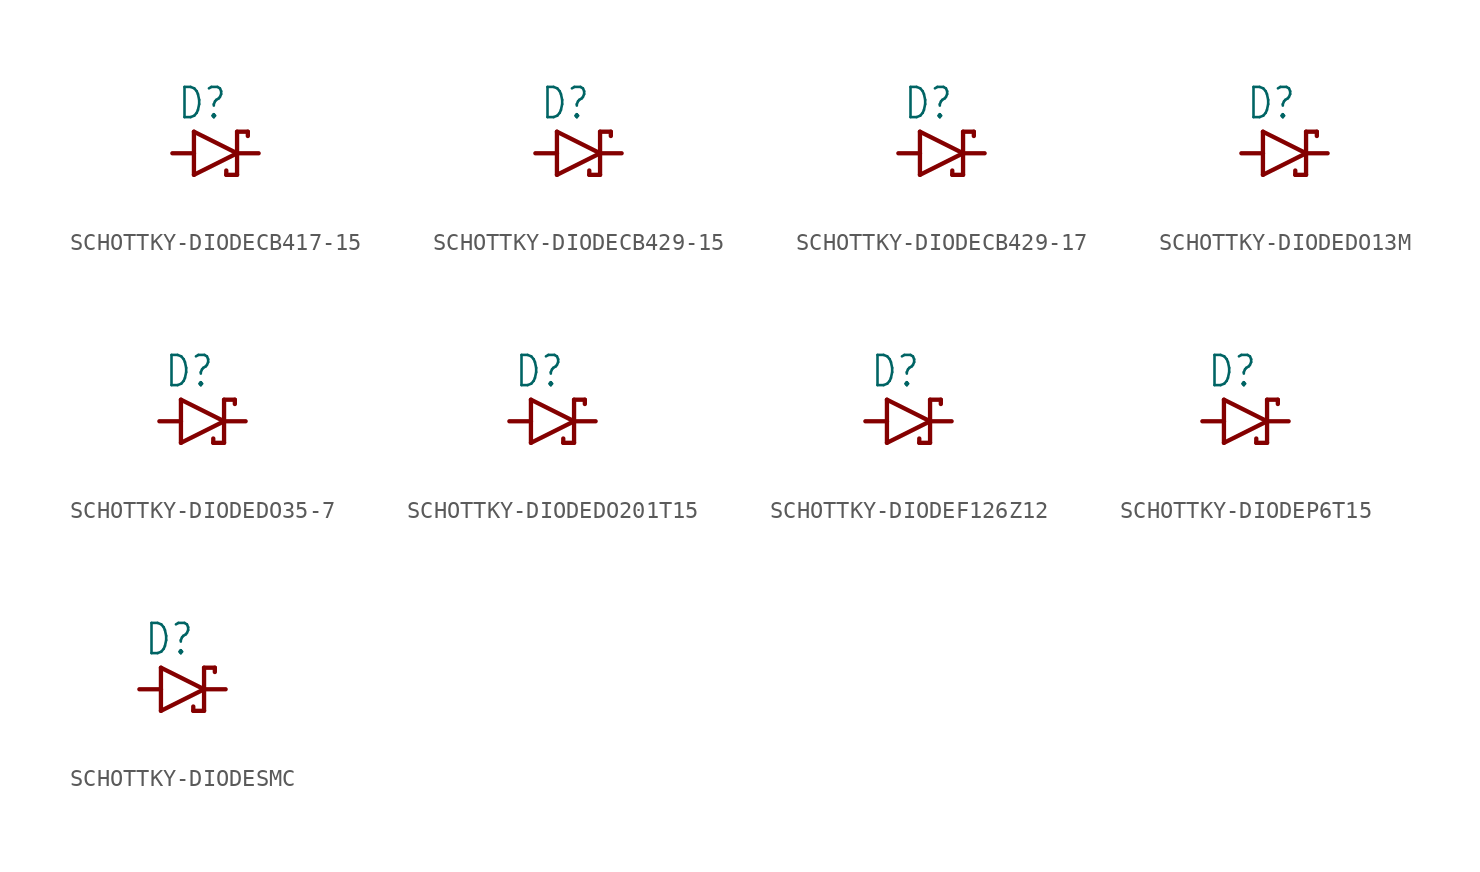
<source format=kicad_sym>
(kicad_symbol_lib
  (version 20241209)
  (generator "kicad_symbol_editor")
  (generator_version "9.0")
  (symbol "SCHOTTKY-DIODECB417-15"
    (property "Reference" "D"
      (at -2.286 1.905 0)
      (effects (font (size 1.778 1.511)) (justify left bottom)))
    (property "Value" ""
      (at -2.286 -3.429 0)
      (effects (font (size 1.778 1.511)) (justify left bottom)))
    (property "ki_locked" ""
      (at 0 0 0)
      (effects (font (size 1.27 1.27))))
    (symbol "SCHOTTKY-DIODECB417-15_1_0"
      (polyline (pts (xy -1.27 1.27) (xy -1.27 0)) (stroke (width 0.254) (type solid)) (fill (type none)))
      (polyline (pts (xy -1.27 0) (xy -2.54 0)) (stroke (width 0.254) (type solid)) (fill (type none)))
      (polyline (pts (xy -1.27 0) (xy -1.27 -1.27)) (stroke (width 0.254) (type solid)) (fill (type none)))
      (polyline (pts (xy -1.27 -1.27) (xy 1.27 0)) (stroke (width 0.254) (type solid)) (fill (type none)))
      (polyline (pts (xy 0.635 -1.016) (xy 0.635 -1.27)) (stroke (width 0.254) (type solid)) (fill (type none)))
      (polyline (pts (xy 1.27 1.27) (xy 1.27 0)) (stroke (width 0.254) (type solid)) (fill (type none)))
      (polyline (pts (xy 1.27 0) (xy -1.27 1.27)) (stroke (width 0.254) (type solid)) (fill (type none)))
      (polyline (pts (xy 1.27 0) (xy 1.27 -1.27)) (stroke (width 0.254) (type solid)) (fill (type none)))
      (polyline (pts (xy 1.27 0) (xy 2.54 0)) (stroke (width 0.254) (type solid)) (fill (type none)))
      (polyline (pts (xy 1.27 -1.27) (xy 0.635 -1.27)) (stroke (width 0.254) (type solid)) (fill (type none)))
      (polyline (pts (xy 1.905 1.27) (xy 1.27 1.27)) (stroke (width 0.254) (type solid)) (fill (type none)))
      (polyline (pts (xy 1.905 1.27) (xy 1.905 1.016)) (stroke (width 0.254) (type solid)) (fill (type none)))
      (pin passive line (at -2.54 0 0) (length 0) (name "A" (effects (font (size 0 0)))) (number "A" (effects (font (size 0 0)))))
      (pin passive line (at 2.54 0 180) (length 0) (name "C" (effects (font (size 0 0)))) (number "C" (effects (font (size 0 0)))))))
  (symbol "SCHOTTKY-DIODECB429-15"
    (property "Reference" "D"
      (at -2.286 1.905 0)
      (effects (font (size 1.778 1.511)) (justify left bottom)))
    (property "Value" ""
      (at -2.286 -3.429 0)
      (effects (font (size 1.778 1.511)) (justify left bottom)))
    (property "ki_locked" ""
      (at 0 0 0)
      (effects (font (size 1.27 1.27))))
    (symbol "SCHOTTKY-DIODECB429-15_1_0"
      (polyline (pts (xy -1.27 1.27) (xy -1.27 0)) (stroke (width 0.254) (type solid)) (fill (type none)))
      (polyline (pts (xy -1.27 0) (xy -2.54 0)) (stroke (width 0.254) (type solid)) (fill (type none)))
      (polyline (pts (xy -1.27 0) (xy -1.27 -1.27)) (stroke (width 0.254) (type solid)) (fill (type none)))
      (polyline (pts (xy -1.27 -1.27) (xy 1.27 0)) (stroke (width 0.254) (type solid)) (fill (type none)))
      (polyline (pts (xy 0.635 -1.016) (xy 0.635 -1.27)) (stroke (width 0.254) (type solid)) (fill (type none)))
      (polyline (pts (xy 1.27 1.27) (xy 1.27 0)) (stroke (width 0.254) (type solid)) (fill (type none)))
      (polyline (pts (xy 1.27 0) (xy -1.27 1.27)) (stroke (width 0.254) (type solid)) (fill (type none)))
      (polyline (pts (xy 1.27 0) (xy 1.27 -1.27)) (stroke (width 0.254) (type solid)) (fill (type none)))
      (polyline (pts (xy 1.27 0) (xy 2.54 0)) (stroke (width 0.254) (type solid)) (fill (type none)))
      (polyline (pts (xy 1.27 -1.27) (xy 0.635 -1.27)) (stroke (width 0.254) (type solid)) (fill (type none)))
      (polyline (pts (xy 1.905 1.27) (xy 1.27 1.27)) (stroke (width 0.254) (type solid)) (fill (type none)))
      (polyline (pts (xy 1.905 1.27) (xy 1.905 1.016)) (stroke (width 0.254) (type solid)) (fill (type none)))
      (pin passive line (at -2.54 0 0) (length 0) (name "A" (effects (font (size 0 0)))) (number "A" (effects (font (size 0 0)))))
      (pin passive line (at 2.54 0 180) (length 0) (name "C" (effects (font (size 0 0)))) (number "C" (effects (font (size 0 0)))))))
  (symbol "SCHOTTKY-DIODECB429-17"
    (property "Reference" "D"
      (at -2.286 1.905 0)
      (effects (font (size 1.778 1.511)) (justify left bottom)))
    (property "Value" ""
      (at -2.286 -3.429 0)
      (effects (font (size 1.778 1.511)) (justify left bottom)))
    (property "ki_locked" ""
      (at 0 0 0)
      (effects (font (size 1.27 1.27))))
    (symbol "SCHOTTKY-DIODECB429-17_1_0"
      (polyline (pts (xy -1.27 1.27) (xy -1.27 0)) (stroke (width 0.254) (type solid)) (fill (type none)))
      (polyline (pts (xy -1.27 0) (xy -2.54 0)) (stroke (width 0.254) (type solid)) (fill (type none)))
      (polyline (pts (xy -1.27 0) (xy -1.27 -1.27)) (stroke (width 0.254) (type solid)) (fill (type none)))
      (polyline (pts (xy -1.27 -1.27) (xy 1.27 0)) (stroke (width 0.254) (type solid)) (fill (type none)))
      (polyline (pts (xy 0.635 -1.016) (xy 0.635 -1.27)) (stroke (width 0.254) (type solid)) (fill (type none)))
      (polyline (pts (xy 1.27 1.27) (xy 1.27 0)) (stroke (width 0.254) (type solid)) (fill (type none)))
      (polyline (pts (xy 1.27 0) (xy -1.27 1.27)) (stroke (width 0.254) (type solid)) (fill (type none)))
      (polyline (pts (xy 1.27 0) (xy 1.27 -1.27)) (stroke (width 0.254) (type solid)) (fill (type none)))
      (polyline (pts (xy 1.27 0) (xy 2.54 0)) (stroke (width 0.254) (type solid)) (fill (type none)))
      (polyline (pts (xy 1.27 -1.27) (xy 0.635 -1.27)) (stroke (width 0.254) (type solid)) (fill (type none)))
      (polyline (pts (xy 1.905 1.27) (xy 1.27 1.27)) (stroke (width 0.254) (type solid)) (fill (type none)))
      (polyline (pts (xy 1.905 1.27) (xy 1.905 1.016)) (stroke (width 0.254) (type solid)) (fill (type none)))
      (pin passive line (at -2.54 0 0) (length 0) (name "A" (effects (font (size 0 0)))) (number "A" (effects (font (size 0 0)))))
      (pin passive line (at 2.54 0 180) (length 0) (name "C" (effects (font (size 0 0)))) (number "C" (effects (font (size 0 0)))))))
  (symbol "SCHOTTKY-DIODEDO13M"
    (property "Reference" "D"
      (at -2.286 1.905 0)
      (effects (font (size 1.778 1.511)) (justify left bottom)))
    (property "Value" ""
      (at -2.286 -3.429 0)
      (effects (font (size 1.778 1.511)) (justify left bottom)))
    (property "ki_locked" ""
      (at 0 0 0)
      (effects (font (size 1.27 1.27))))
    (symbol "SCHOTTKY-DIODEDO13M_1_0"
      (polyline (pts (xy -1.27 1.27) (xy -1.27 0)) (stroke (width 0.254) (type solid)) (fill (type none)))
      (polyline (pts (xy -1.27 0) (xy -2.54 0)) (stroke (width 0.254) (type solid)) (fill (type none)))
      (polyline (pts (xy -1.27 0) (xy -1.27 -1.27)) (stroke (width 0.254) (type solid)) (fill (type none)))
      (polyline (pts (xy -1.27 -1.27) (xy 1.27 0)) (stroke (width 0.254) (type solid)) (fill (type none)))
      (polyline (pts (xy 0.635 -1.016) (xy 0.635 -1.27)) (stroke (width 0.254) (type solid)) (fill (type none)))
      (polyline (pts (xy 1.27 1.27) (xy 1.27 0)) (stroke (width 0.254) (type solid)) (fill (type none)))
      (polyline (pts (xy 1.27 0) (xy -1.27 1.27)) (stroke (width 0.254) (type solid)) (fill (type none)))
      (polyline (pts (xy 1.27 0) (xy 1.27 -1.27)) (stroke (width 0.254) (type solid)) (fill (type none)))
      (polyline (pts (xy 1.27 0) (xy 2.54 0)) (stroke (width 0.254) (type solid)) (fill (type none)))
      (polyline (pts (xy 1.27 -1.27) (xy 0.635 -1.27)) (stroke (width 0.254) (type solid)) (fill (type none)))
      (polyline (pts (xy 1.905 1.27) (xy 1.27 1.27)) (stroke (width 0.254) (type solid)) (fill (type none)))
      (polyline (pts (xy 1.905 1.27) (xy 1.905 1.016)) (stroke (width 0.254) (type solid)) (fill (type none)))
      (pin passive line (at -2.54 0 0) (length 0) (name "A" (effects (font (size 0 0)))) (number "A" (effects (font (size 0 0)))))
      (pin passive line (at 2.54 0 180) (length 0) (name "C" (effects (font (size 0 0)))) (number "C" (effects (font (size 0 0)))))))
  (symbol "SCHOTTKY-DIODEDO35-7"
    (property "Reference" "D"
      (at -2.286 1.905 0)
      (effects (font (size 1.778 1.511)) (justify left bottom)))
    (property "Value" ""
      (at -2.286 -3.429 0)
      (effects (font (size 1.778 1.511)) (justify left bottom)))
    (property "ki_locked" ""
      (at 0 0 0)
      (effects (font (size 1.27 1.27))))
    (symbol "SCHOTTKY-DIODEDO35-7_1_0"
      (polyline (pts (xy -1.27 1.27) (xy -1.27 0)) (stroke (width 0.254) (type solid)) (fill (type none)))
      (polyline (pts (xy -1.27 0) (xy -2.54 0)) (stroke (width 0.254) (type solid)) (fill (type none)))
      (polyline (pts (xy -1.27 0) (xy -1.27 -1.27)) (stroke (width 0.254) (type solid)) (fill (type none)))
      (polyline (pts (xy -1.27 -1.27) (xy 1.27 0)) (stroke (width 0.254) (type solid)) (fill (type none)))
      (polyline (pts (xy 0.635 -1.016) (xy 0.635 -1.27)) (stroke (width 0.254) (type solid)) (fill (type none)))
      (polyline (pts (xy 1.27 1.27) (xy 1.27 0)) (stroke (width 0.254) (type solid)) (fill (type none)))
      (polyline (pts (xy 1.27 0) (xy -1.27 1.27)) (stroke (width 0.254) (type solid)) (fill (type none)))
      (polyline (pts (xy 1.27 0) (xy 1.27 -1.27)) (stroke (width 0.254) (type solid)) (fill (type none)))
      (polyline (pts (xy 1.27 0) (xy 2.54 0)) (stroke (width 0.254) (type solid)) (fill (type none)))
      (polyline (pts (xy 1.27 -1.27) (xy 0.635 -1.27)) (stroke (width 0.254) (type solid)) (fill (type none)))
      (polyline (pts (xy 1.905 1.27) (xy 1.27 1.27)) (stroke (width 0.254) (type solid)) (fill (type none)))
      (polyline (pts (xy 1.905 1.27) (xy 1.905 1.016)) (stroke (width 0.254) (type solid)) (fill (type none)))
      (pin passive line (at -2.54 0 0) (length 0) (name "A" (effects (font (size 0 0)))) (number "A" (effects (font (size 0 0)))))
      (pin passive line (at 2.54 0 180) (length 0) (name "C" (effects (font (size 0 0)))) (number "C" (effects (font (size 0 0)))))))
  (symbol "SCHOTTKY-DIODEDO201T15"
    (property "Reference" "D"
      (at -2.286 1.905 0)
      (effects (font (size 1.778 1.511)) (justify left bottom)))
    (property "Value" ""
      (at -2.286 -3.429 0)
      (effects (font (size 1.778 1.511)) (justify left bottom)))
    (property "ki_locked" ""
      (at 0 0 0)
      (effects (font (size 1.27 1.27))))
    (symbol "SCHOTTKY-DIODEDO201T15_1_0"
      (polyline (pts (xy -1.27 1.27) (xy -1.27 0)) (stroke (width 0.254) (type solid)) (fill (type none)))
      (polyline (pts (xy -1.27 0) (xy -2.54 0)) (stroke (width 0.254) (type solid)) (fill (type none)))
      (polyline (pts (xy -1.27 0) (xy -1.27 -1.27)) (stroke (width 0.254) (type solid)) (fill (type none)))
      (polyline (pts (xy -1.27 -1.27) (xy 1.27 0)) (stroke (width 0.254) (type solid)) (fill (type none)))
      (polyline (pts (xy 0.635 -1.016) (xy 0.635 -1.27)) (stroke (width 0.254) (type solid)) (fill (type none)))
      (polyline (pts (xy 1.27 1.27) (xy 1.27 0)) (stroke (width 0.254) (type solid)) (fill (type none)))
      (polyline (pts (xy 1.27 0) (xy -1.27 1.27)) (stroke (width 0.254) (type solid)) (fill (type none)))
      (polyline (pts (xy 1.27 0) (xy 1.27 -1.27)) (stroke (width 0.254) (type solid)) (fill (type none)))
      (polyline (pts (xy 1.27 0) (xy 2.54 0)) (stroke (width 0.254) (type solid)) (fill (type none)))
      (polyline (pts (xy 1.27 -1.27) (xy 0.635 -1.27)) (stroke (width 0.254) (type solid)) (fill (type none)))
      (polyline (pts (xy 1.905 1.27) (xy 1.27 1.27)) (stroke (width 0.254) (type solid)) (fill (type none)))
      (polyline (pts (xy 1.905 1.27) (xy 1.905 1.016)) (stroke (width 0.254) (type solid)) (fill (type none)))
      (pin passive line (at -2.54 0 0) (length 0) (name "A" (effects (font (size 0 0)))) (number "A" (effects (font (size 0 0)))))
      (pin passive line (at 2.54 0 180) (length 0) (name "C" (effects (font (size 0 0)))) (number "C" (effects (font (size 0 0)))))))
  (symbol "SCHOTTKY-DIODEF126Z12"
    (property "Reference" "D"
      (at -2.286 1.905 0)
      (effects (font (size 1.778 1.511)) (justify left bottom)))
    (property "Value" ""
      (at -2.286 -3.429 0)
      (effects (font (size 1.778 1.511)) (justify left bottom)))
    (property "ki_locked" ""
      (at 0 0 0)
      (effects (font (size 1.27 1.27))))
    (symbol "SCHOTTKY-DIODEF126Z12_1_0"
      (polyline (pts (xy -1.27 1.27) (xy -1.27 0)) (stroke (width 0.254) (type solid)) (fill (type none)))
      (polyline (pts (xy -1.27 0) (xy -2.54 0)) (stroke (width 0.254) (type solid)) (fill (type none)))
      (polyline (pts (xy -1.27 0) (xy -1.27 -1.27)) (stroke (width 0.254) (type solid)) (fill (type none)))
      (polyline (pts (xy -1.27 -1.27) (xy 1.27 0)) (stroke (width 0.254) (type solid)) (fill (type none)))
      (polyline (pts (xy 0.635 -1.016) (xy 0.635 -1.27)) (stroke (width 0.254) (type solid)) (fill (type none)))
      (polyline (pts (xy 1.27 1.27) (xy 1.27 0)) (stroke (width 0.254) (type solid)) (fill (type none)))
      (polyline (pts (xy 1.27 0) (xy -1.27 1.27)) (stroke (width 0.254) (type solid)) (fill (type none)))
      (polyline (pts (xy 1.27 0) (xy 1.27 -1.27)) (stroke (width 0.254) (type solid)) (fill (type none)))
      (polyline (pts (xy 1.27 0) (xy 2.54 0)) (stroke (width 0.254) (type solid)) (fill (type none)))
      (polyline (pts (xy 1.27 -1.27) (xy 0.635 -1.27)) (stroke (width 0.254) (type solid)) (fill (type none)))
      (polyline (pts (xy 1.905 1.27) (xy 1.27 1.27)) (stroke (width 0.254) (type solid)) (fill (type none)))
      (polyline (pts (xy 1.905 1.27) (xy 1.905 1.016)) (stroke (width 0.254) (type solid)) (fill (type none)))
      (pin passive line (at -2.54 0 0) (length 0) (name "A" (effects (font (size 0 0)))) (number "A" (effects (font (size 0 0)))))
      (pin passive line (at 2.54 0 180) (length 0) (name "C" (effects (font (size 0 0)))) (number "C" (effects (font (size 0 0)))))))
  (symbol "SCHOTTKY-DIODEP6T15"
    (property "Reference" "D"
      (at -2.286 1.905 0)
      (effects (font (size 1.778 1.511)) (justify left bottom)))
    (property "Value" ""
      (at -2.286 -3.429 0)
      (effects (font (size 1.778 1.511)) (justify left bottom)))
    (property "ki_locked" ""
      (at 0 0 0)
      (effects (font (size 1.27 1.27))))
    (symbol "SCHOTTKY-DIODEP6T15_1_0"
      (polyline (pts (xy -1.27 1.27) (xy -1.27 0)) (stroke (width 0.254) (type solid)) (fill (type none)))
      (polyline (pts (xy -1.27 0) (xy -2.54 0)) (stroke (width 0.254) (type solid)) (fill (type none)))
      (polyline (pts (xy -1.27 0) (xy -1.27 -1.27)) (stroke (width 0.254) (type solid)) (fill (type none)))
      (polyline (pts (xy -1.27 -1.27) (xy 1.27 0)) (stroke (width 0.254) (type solid)) (fill (type none)))
      (polyline (pts (xy 0.635 -1.016) (xy 0.635 -1.27)) (stroke (width 0.254) (type solid)) (fill (type none)))
      (polyline (pts (xy 1.27 1.27) (xy 1.27 0)) (stroke (width 0.254) (type solid)) (fill (type none)))
      (polyline (pts (xy 1.27 0) (xy -1.27 1.27)) (stroke (width 0.254) (type solid)) (fill (type none)))
      (polyline (pts (xy 1.27 0) (xy 1.27 -1.27)) (stroke (width 0.254) (type solid)) (fill (type none)))
      (polyline (pts (xy 1.27 0) (xy 2.54 0)) (stroke (width 0.254) (type solid)) (fill (type none)))
      (polyline (pts (xy 1.27 -1.27) (xy 0.635 -1.27)) (stroke (width 0.254) (type solid)) (fill (type none)))
      (polyline (pts (xy 1.905 1.27) (xy 1.27 1.27)) (stroke (width 0.254) (type solid)) (fill (type none)))
      (polyline (pts (xy 1.905 1.27) (xy 1.905 1.016)) (stroke (width 0.254) (type solid)) (fill (type none)))
      (pin passive line (at -2.54 0 0) (length 0) (name "A" (effects (font (size 0 0)))) (number "A" (effects (font (size 0 0)))))
      (pin passive line (at 2.54 0 180) (length 0) (name "C" (effects (font (size 0 0)))) (number "C" (effects (font (size 0 0)))))))
  (symbol "SCHOTTKY-DIODESMC"
    (property "Reference" "D"
      (at -2.286 1.905 0)
      (effects (font (size 1.778 1.511)) (justify left bottom)))
    (property "Value" ""
      (at -2.286 -3.429 0)
      (effects (font (size 1.778 1.511)) (justify left bottom)))
    (property "ki_locked" ""
      (at 0 0 0)
      (effects (font (size 1.27 1.27))))
    (symbol "SCHOTTKY-DIODESMC_1_0"
      (polyline (pts (xy -1.27 1.27) (xy -1.27 0)) (stroke (width 0.254) (type solid)) (fill (type none)))
      (polyline (pts (xy -1.27 0) (xy -2.54 0)) (stroke (width 0.254) (type solid)) (fill (type none)))
      (polyline (pts (xy -1.27 0) (xy -1.27 -1.27)) (stroke (width 0.254) (type solid)) (fill (type none)))
      (polyline (pts (xy -1.27 -1.27) (xy 1.27 0)) (stroke (width 0.254) (type solid)) (fill (type none)))
      (polyline (pts (xy 0.635 -1.016) (xy 0.635 -1.27)) (stroke (width 0.254) (type solid)) (fill (type none)))
      (polyline (pts (xy 1.27 1.27) (xy 1.27 0)) (stroke (width 0.254) (type solid)) (fill (type none)))
      (polyline (pts (xy 1.27 0) (xy -1.27 1.27)) (stroke (width 0.254) (type solid)) (fill (type none)))
      (polyline (pts (xy 1.27 0) (xy 1.27 -1.27)) (stroke (width 0.254) (type solid)) (fill (type none)))
      (polyline (pts (xy 1.27 0) (xy 2.54 0)) (stroke (width 0.254) (type solid)) (fill (type none)))
      (polyline (pts (xy 1.27 -1.27) (xy 0.635 -1.27)) (stroke (width 0.254) (type solid)) (fill (type none)))
      (polyline (pts (xy 1.905 1.27) (xy 1.27 1.27)) (stroke (width 0.254) (type solid)) (fill (type none)))
      (polyline (pts (xy 1.905 1.27) (xy 1.905 1.016)) (stroke (width 0.254) (type solid)) (fill (type none)))
      (pin passive line (at -2.54 0 0) (length 0) (name "A" (effects (font (size 0 0)))) (number "A" (effects (font (size 0 0)))))
      (pin passive line (at 2.54 0 180) (length 0) (name "C" (effects (font (size 0 0)))) (number "C" (effects (font (size 0 0))))))))
</source>
